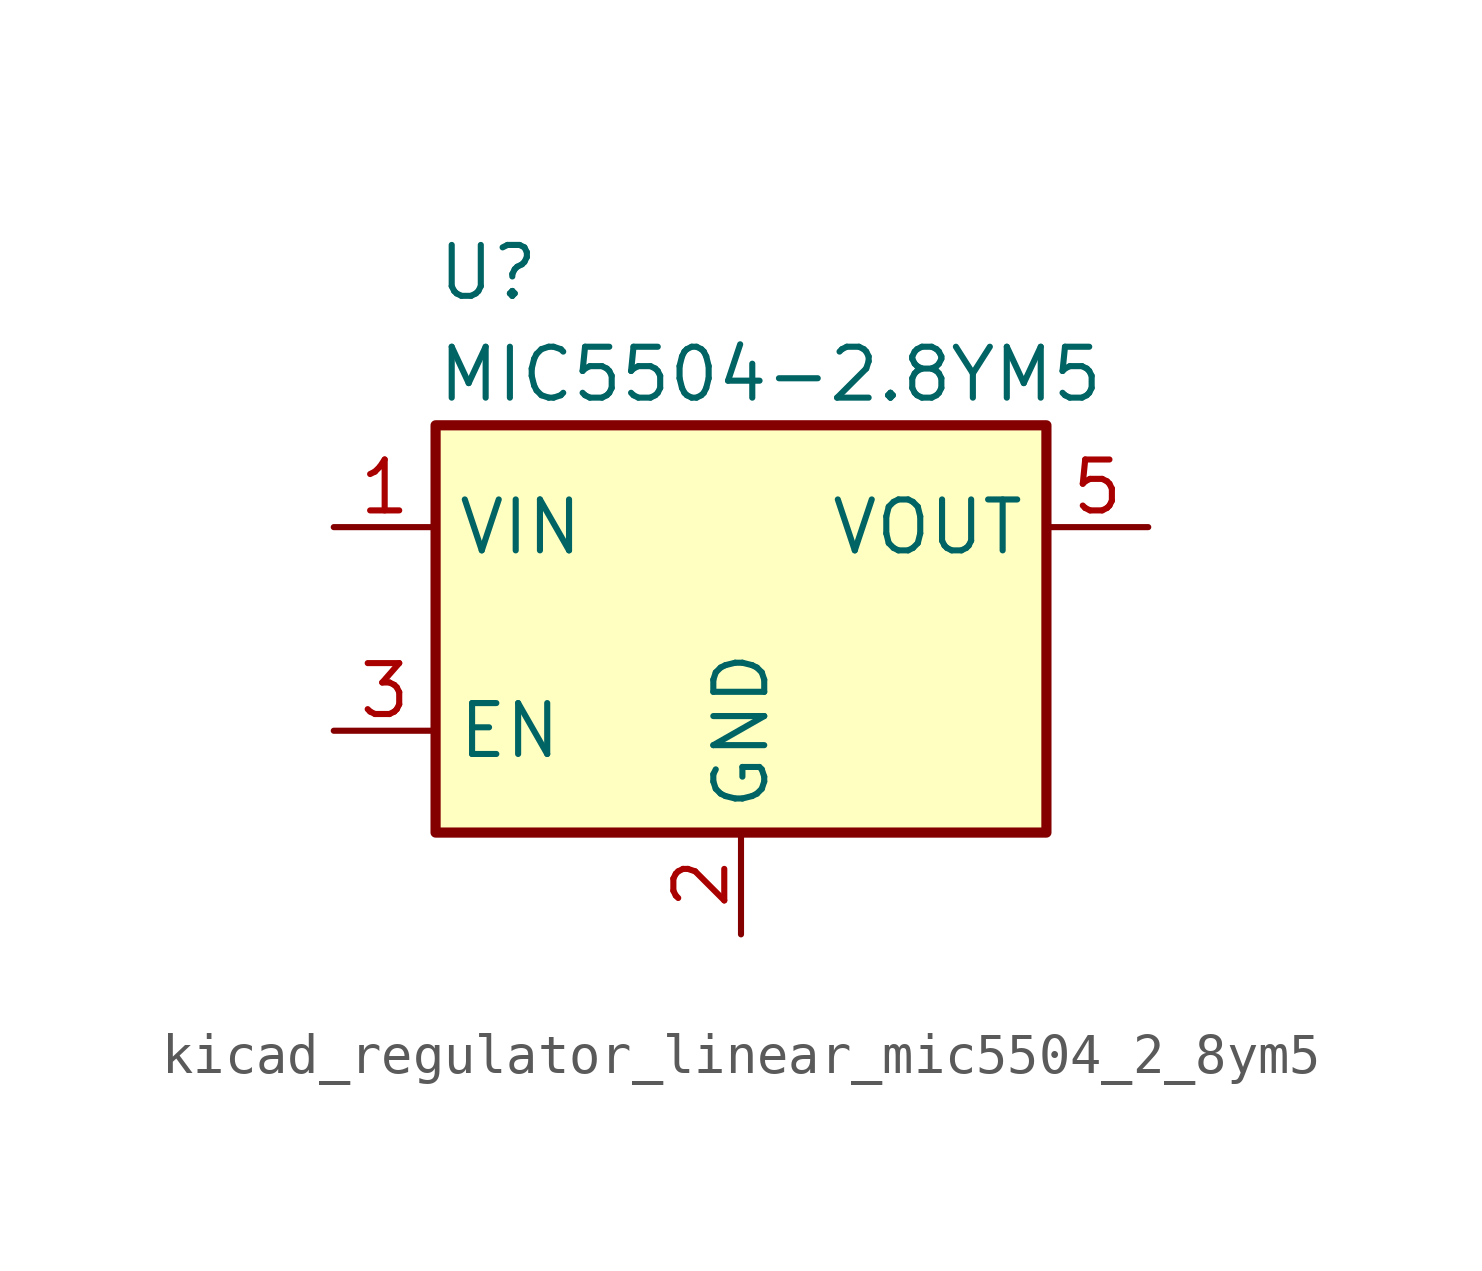
<source format=kicad_sym>
(kicad_symbol_lib
  (version 20220914)
  (generator kicad_symbol_editor)
  (symbol "kicad_regulator_linear_mic5504_2_8ym5"
    (property "Reference" "U"
      (at -7.62 8.89 0)
      (effects (font (size 1.27 1.27)) (justify left)))
    (property "Value" "MIC5504-2.8YM5"
      (at -7.62 6.35 0)
      (effects (font (size 1.27 1.27)) (justify left)))
    (symbol "kicad_regulator_linear_mic5504_2_8ym5_0_1"
      (rectangle (start -7.62 -5.08) (end 7.62 5.08) (stroke (width 0.254) (type default)) (fill (type background))))
    (symbol "kicad_regulator_linear_mic5504_2_8ym5_1_1"
      (pin power_in line (at -10.16 2.54 0) (length 2.54) (name "VIN" (effects (font (size 1.27 1.27)))) (number "1" (effects (font (size 1.27 1.27)))))
      (pin power_in line (at 0 -7.62 90) (length 2.54) (name "GND" (effects (font (size 1.27 1.27)))) (number "2" (effects (font (size 1.27 1.27)))))
      (pin input line (at -10.16 -2.54 0) (length 2.54) (name "EN" (effects (font (size 1.27 1.27)))) (number "3" (effects (font (size 1.27 1.27)))))
      (pin no_connect line (at 7.62 -2.54 180) (length 2.54) hide (name "NC" (effects (font (size 1.27 1.27)))) (number "4" (effects (font (size 1.27 1.27)))))
      (pin power_out line (at 10.16 2.54 180) (length 2.54) (name "VOUT" (effects (font (size 1.27 1.27)))) (number "5" (effects (font (size 1.27 1.27))))))))
</source>
